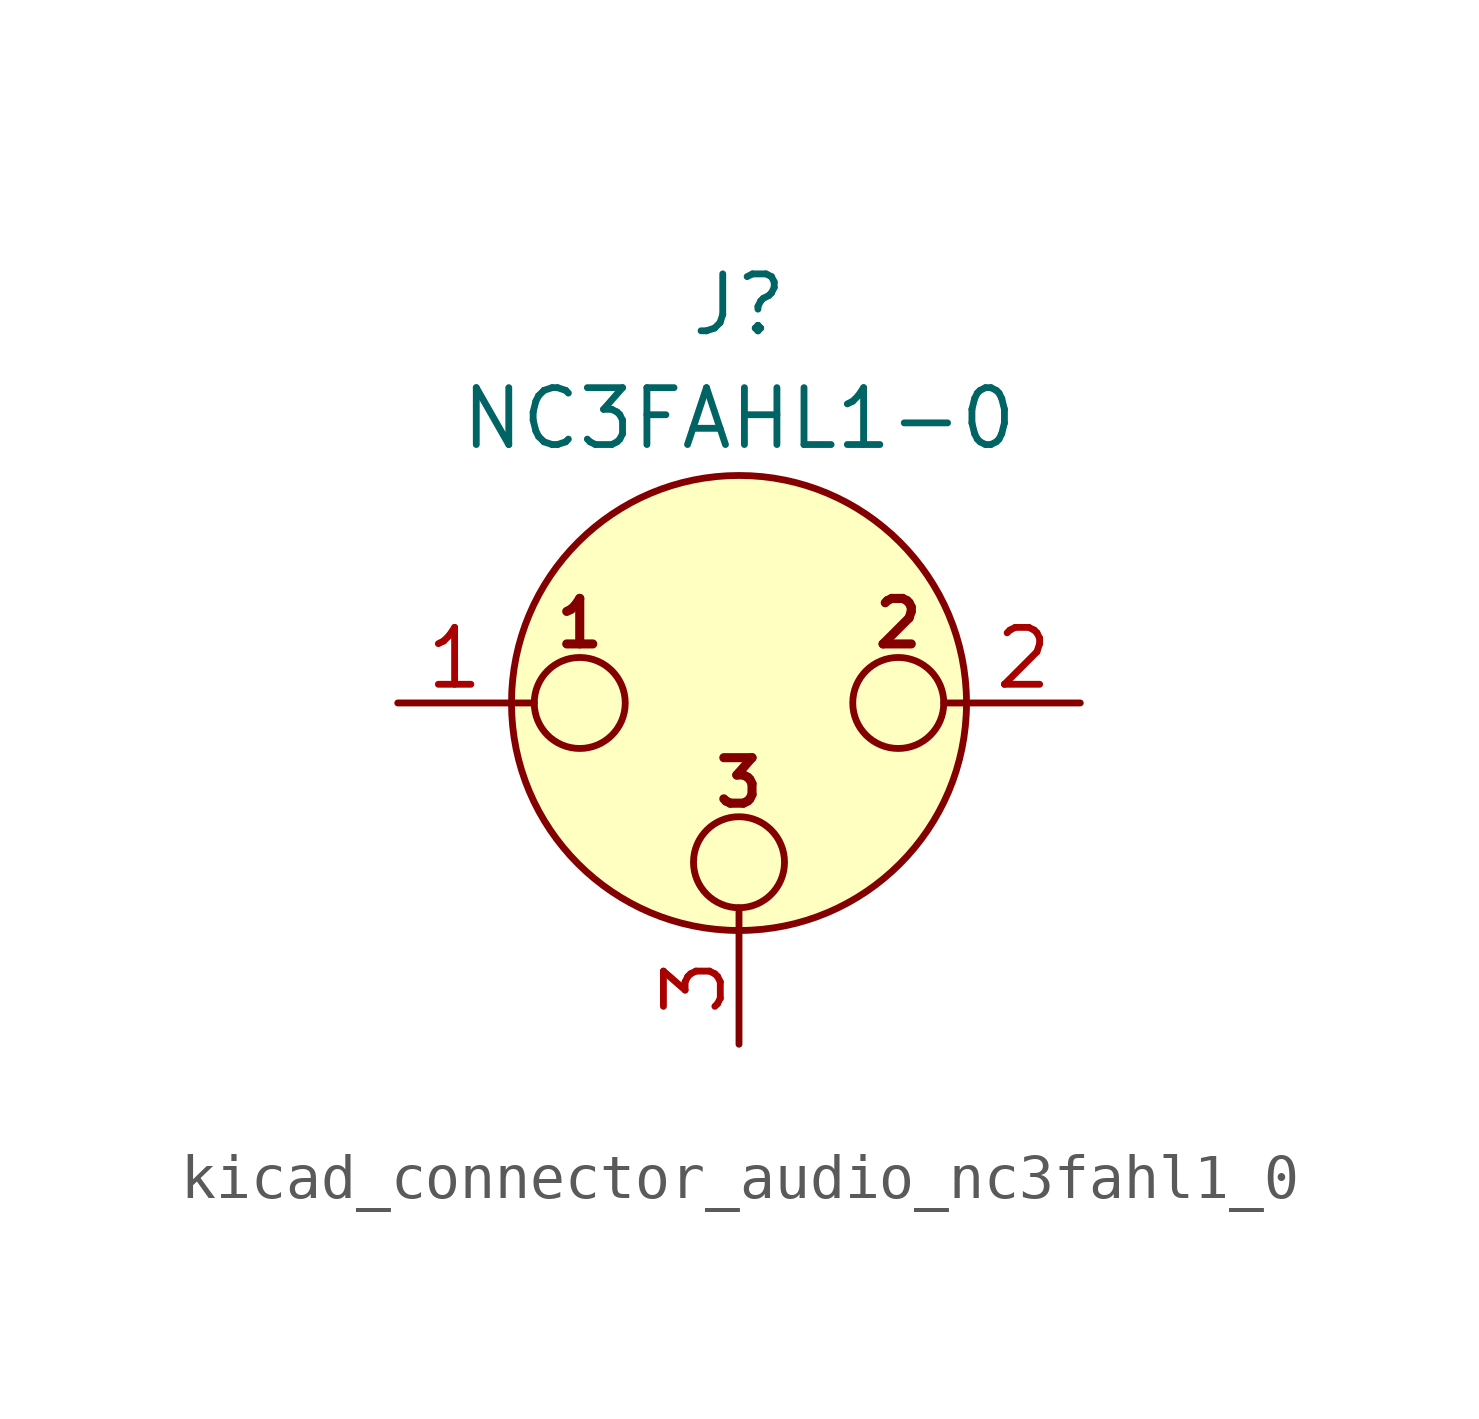
<source format=kicad_sym>
(kicad_symbol_lib
  (version 20220914)
  (generator kicad_symbol_editor)
  (symbol "kicad_connector_audio_nc3fahl1_0"
    (pin_names hide)
    (property "Reference" "J"
      (at 0 8.89 0)
      (effects (font (size 1.27 1.27))))
    (property "Value" "NC3FAHL1-0"
      (at 0 6.35 0)
      (effects (font (size 1.27 1.27))))
    (symbol "kicad_connector_audio_nc3fahl1_0_0_1"
      (circle (center -3.556 0) (radius 1.016) (stroke (width 0) (type default)) (fill (type none)))
      (circle (center 0 -3.556) (radius 1.016) (stroke (width 0) (type default)) (fill (type none)))
      (polyline (pts (xy -5.08 0) (xy -4.572 0)) (stroke (width 0) (type default)) (fill (type none)))
      (polyline (pts (xy 0 -5.08) (xy 0 -4.572)) (stroke (width 0) (type default)) (fill (type none)))
      (polyline (pts (xy 5.08 0) (xy 4.572 0)) (stroke (width 0) (type default)) (fill (type none)))
      (circle (center 0 0) (radius 5.08) (stroke (width 0) (type default)) (fill (type background)))
      (circle (center 3.556 0) (radius 1.016) (stroke (width 0) (type default)) (fill (type none)))
      (text "1" (at -3.556 1.778 0) (effects (font (size 1.016 1.016) bold)))
      (text "2" (at 3.556 1.778 0) (effects (font (size 1.016 1.016) bold)))
      (text "3" (at 0 -1.778 0) (effects (font (size 1.016 1.016) bold)))
      (pin passive line (at -7.62 0 0) (length 2.54) (name "~" (effects (font (size 1.27 1.27)))) (number "1" (effects (font (size 1.27 1.27)))))
      (pin passive line (at 7.62 0 180) (length 2.54) (name "~" (effects (font (size 1.27 1.27)))) (number "2" (effects (font (size 1.27 1.27)))))
      (pin passive line (at 0 -7.62 90) (length 2.54) (name "~" (effects (font (size 1.27 1.27)))) (number "3" (effects (font (size 1.27 1.27))))))))
</source>
